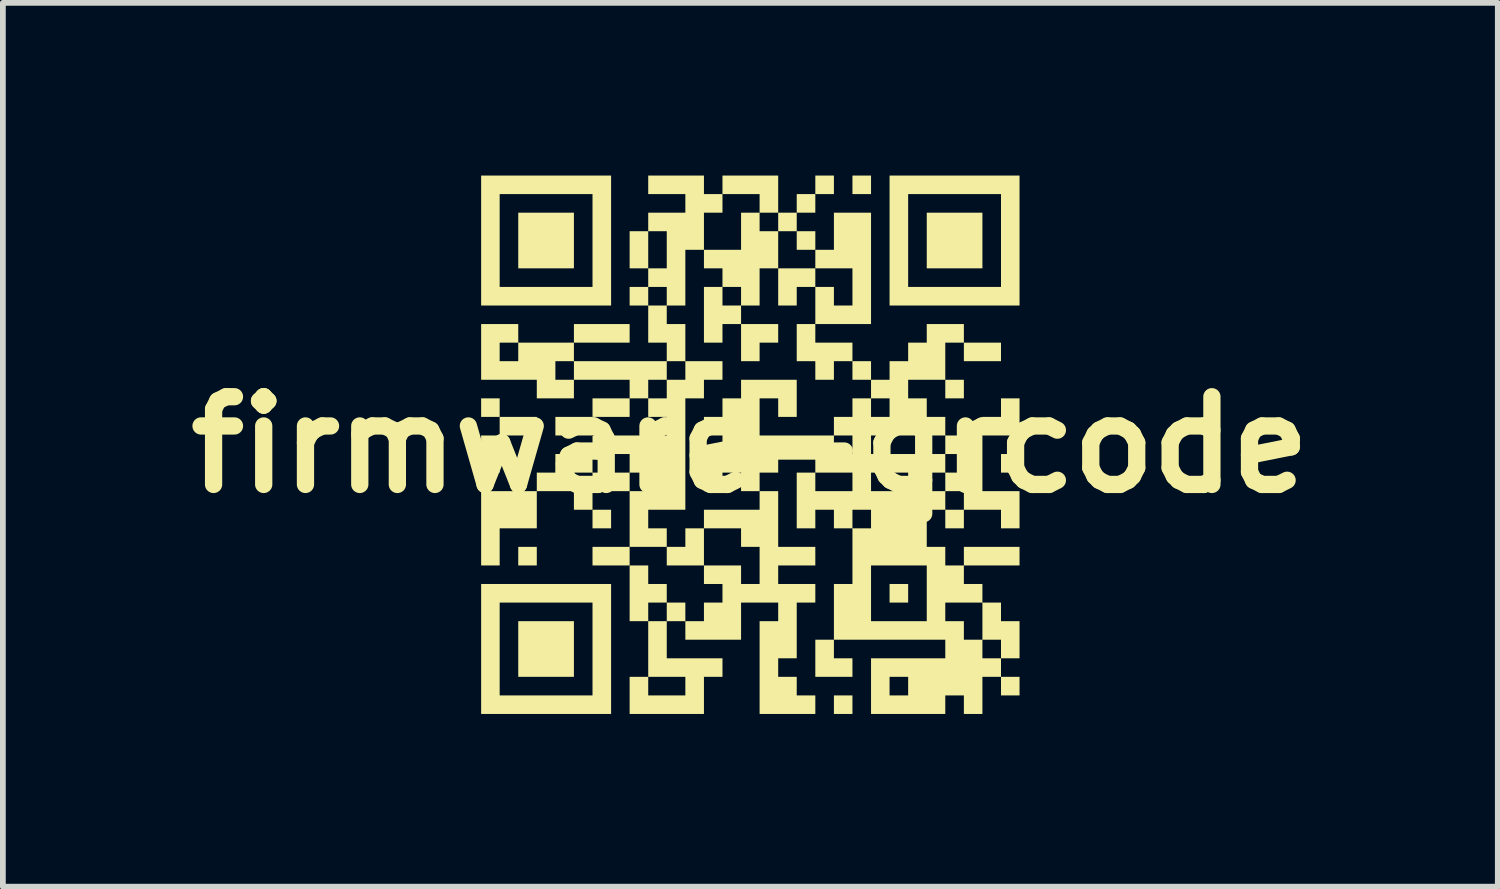
<source format=kicad_pcb>
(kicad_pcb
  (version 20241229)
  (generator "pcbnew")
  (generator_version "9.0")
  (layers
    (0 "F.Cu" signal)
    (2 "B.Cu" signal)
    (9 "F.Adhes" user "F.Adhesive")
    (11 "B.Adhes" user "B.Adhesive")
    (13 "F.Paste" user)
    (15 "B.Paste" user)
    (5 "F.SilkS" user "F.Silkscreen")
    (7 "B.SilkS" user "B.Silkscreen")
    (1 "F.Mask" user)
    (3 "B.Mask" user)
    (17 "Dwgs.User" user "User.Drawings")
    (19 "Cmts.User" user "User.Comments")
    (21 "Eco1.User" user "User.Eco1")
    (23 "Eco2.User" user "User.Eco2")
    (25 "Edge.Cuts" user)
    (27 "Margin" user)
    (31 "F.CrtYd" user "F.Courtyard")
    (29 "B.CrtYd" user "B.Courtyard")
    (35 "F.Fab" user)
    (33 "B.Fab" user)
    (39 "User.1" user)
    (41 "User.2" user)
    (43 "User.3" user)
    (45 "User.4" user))
  (footprint "firmware-qrcode"
    (layer "F.Cu")
    (at 9.986 4.677)
    (property "Reference" "firmware-qrcode" (at 0 0 0) (layer "F.SilkS") (effects (font (size 1.524 1.524) (thickness 0.3))))
    (attr board_only exclude_from_pos_files exclude_from_bom)
    (fp_poly (pts (xy -4.355 -0.484) (xy -4.677 -0.484) (xy -4.677 -0.806) (xy -4.355 -0.806)) (stroke (width 0) (type solid)) (fill yes) (layer "F.SilkS"))
    (fp_poly (pts (xy -4.355 0.484) (xy -4.677 0.484) (xy -4.677 -0.161) (xy -4.355 -0.161)) (stroke (width 0) (type solid)) (fill yes) (layer "F.SilkS"))
    (fp_poly (pts (xy -3.71 -0.161) (xy -4.355 -0.161) (xy -4.355 -0.484) (xy -3.71 -0.484)) (stroke (width 0) (type solid)) (fill yes) (layer "F.SilkS"))
    (fp_poly (pts (xy -3.71 2.097) (xy -4.032 2.097) (xy -4.032 1.774) (xy -3.71 1.774)) (stroke (width 0) (type solid)) (fill yes) (layer "F.SilkS"))
    (fp_poly (pts (xy -3.065 -3.065) (xy -4.032 -3.065) (xy -4.032 -4.032) (xy -3.065 -4.032)) (stroke (width 0) (type solid)) (fill yes) (layer "F.SilkS"))
    (fp_poly (pts (xy -3.065 4.032) (xy -4.032 4.032) (xy -4.032 3.065) (xy -3.065 3.065)) (stroke (width 0) (type solid)) (fill yes) (layer "F.SilkS"))
    (fp_poly (pts (xy -2.419 1.452) (xy -2.742 1.452) (xy -2.742 1.129) (xy -2.419 1.129)) (stroke (width 0) (type solid)) (fill yes) (layer "F.SilkS"))
    (fp_poly (pts (xy -2.097 -1.774) (xy -3.065 -1.774) (xy -3.065 -2.097) (xy -2.097 -2.097)) (stroke (width 0) (type solid)) (fill yes) (layer "F.SilkS"))
    (fp_poly (pts (xy -2.097 2.097) (xy -2.742 2.097) (xy -2.742 1.774) (xy -2.097 1.774)) (stroke (width 0) (type solid)) (fill yes) (layer "F.SilkS"))
    (fp_poly (pts (xy -1.129 3.065) (xy -1.452 3.065) (xy -1.452 2.742) (xy -1.129 2.742)) (stroke (width 0) (type solid)) (fill yes) (layer "F.SilkS"))
    (fp_poly (pts (xy 0.806 -3.71) (xy 0.484 -3.71) (xy 0.484 -4.032) (xy 0.806 -4.032)) (stroke (width 0) (type solid)) (fill yes) (layer "F.SilkS"))
    (fp_poly (pts (xy 1.129 -4.032) (xy 0.806 -4.032) (xy 0.806 -4.355) (xy 1.129 -4.355)) (stroke (width 0) (type solid)) (fill yes) (layer "F.SilkS"))
    (fp_poly (pts (xy 1.129 -3.387) (xy 0.806 -3.387) (xy 0.806 -3.71) (xy 1.129 -3.71)) (stroke (width 0) (type solid)) (fill yes) (layer "F.SilkS"))
    (fp_poly (pts (xy 1.452 -4.355) (xy 1.129 -4.355) (xy 1.129 -4.677) (xy 1.452 -4.677)) (stroke (width 0) (type solid)) (fill yes) (layer "F.SilkS"))
    (fp_poly (pts (xy 1.774 4.677) (xy 1.452 4.677) (xy 1.452 4.355) (xy 1.774 4.355)) (stroke (width 0) (type solid)) (fill yes) (layer "F.SilkS"))
    (fp_poly (pts (xy 2.097 -4.355) (xy 1.774 -4.355) (xy 1.774 -4.677) (xy 2.097 -4.677)) (stroke (width 0) (type solid)) (fill yes) (layer "F.SilkS"))
    (fp_poly (pts (xy 2.097 -1.129) (xy 1.774 -1.129) (xy 1.774 -1.452) (xy 2.097 -1.452)) (stroke (width 0) (type solid)) (fill yes) (layer "F.SilkS"))
    (fp_poly (pts (xy 2.742 2.742) (xy 2.419 2.742) (xy 2.419 2.419) (xy 2.742 2.419)) (stroke (width 0) (type solid)) (fill yes) (layer "F.SilkS"))
    (fp_poly (pts (xy 3.71 -0.806) (xy 3.387 -0.806) (xy 3.387 -1.129) (xy 3.71 -1.129)) (stroke (width 0) (type solid)) (fill yes) (layer "F.SilkS"))
    (fp_poly (pts (xy 4.032 -3.065) (xy 3.065 -3.065) (xy 3.065 -4.032) (xy 4.032 -4.032)) (stroke (width 0) (type solid)) (fill yes) (layer "F.SilkS"))
    (fp_poly (pts (xy 4.355 -1.452) (xy 3.71 -1.452) (xy 3.71 -1.774) (xy 4.355 -1.774)) (stroke (width 0) (type solid)) (fill yes) (layer "F.SilkS"))
    (fp_poly (pts (xy 4.677 0.484) (xy 4.355 0.484) (xy 4.355 0.161) (xy 4.677 0.161)) (stroke (width 0) (type solid)) (fill yes) (layer "F.SilkS"))
    (fp_poly (pts (xy 4.677 2.097) (xy 3.71 2.097) (xy 3.71 1.774) (xy 4.677 1.774)) (stroke (width 0) (type solid)) (fill yes) (layer "F.SilkS"))
    (fp_poly (pts (xy 4.677 4.355) (xy 4.355 4.355) (xy 4.355 4.032) (xy 4.677 4.032)) (stroke (width 0) (type solid)) (fill yes) (layer "F.SilkS"))
    (fp_poly (pts (xy -3.71 1.452) (xy -4.355 1.452) (xy -4.355 2.097) (xy -4.677 2.097) (xy -4.677 0.806) (xy -3.71 0.806)) (stroke (width 0) (type solid)) (fill yes) (layer "F.SilkS"))
    (fp_poly (pts (xy -0.806 2.097) (xy -1.452 2.097) (xy -1.452 1.774) (xy -1.129 1.774) (xy -1.129 1.452) (xy -0.806 1.452)) (stroke (width 0) (type solid)) (fill yes) (layer "F.SilkS"))
    (fp_poly (pts (xy 0.484 -4.032) (xy 0.161 -4.032) (xy 0.161 -4.355) (xy -0.484 -4.355) (xy -0.484 -4.677) (xy 0.484 -4.677)) (stroke (width 0) (type solid)) (fill yes) (layer "F.SilkS"))
    (fp_poly (pts (xy 0.484 -1.774) (xy 0.161 -1.774) (xy 0.161 -1.452) (xy -0.161 -1.452) (xy -0.161 -2.097) (xy 0.484 -2.097)) (stroke (width 0) (type solid)) (fill yes) (layer "F.SilkS"))
    (fp_poly (pts (xy 1.129 -2.742) (xy 0.806 -2.742) (xy 0.806 -2.419) (xy 0.484 -2.419) (xy 0.484 -3.065) (xy 1.129 -3.065)) (stroke (width 0) (type solid)) (fill yes) (layer "F.SilkS"))
    (fp_poly (pts (xy 1.452 3.71) (xy 1.774 3.71) (xy 1.774 4.032) (xy 1.129 4.032) (xy 1.129 3.387) (xy 1.452 3.387)) (stroke (width 0) (type solid)) (fill yes) (layer "F.SilkS"))
    (fp_poly (pts (xy 4.677 -0.161) (xy 4.032 -0.161) (xy 4.032 -0.484) (xy 4.355 -0.484) (xy 4.355 -0.806) (xy 4.677 -0.806)) (stroke (width 0) (type solid)) (fill yes) (layer "F.SilkS"))
    (fp_poly (pts (xy -1.774 2.419) (xy -1.452 2.419) (xy -1.452 2.742) (xy -1.774 2.742) (xy -1.774 3.065) (xy -2.097 3.065) (xy -2.097 2.097) (xy -1.774 2.097)) (stroke (width 0) (type solid)) (fill yes) (layer "F.SilkS"))
    (fp_poly (pts (xy 1.129 -1.774) (xy 1.774 -1.774) (xy 1.774 -1.452) (xy 1.452 -1.452) (xy 1.452 -1.129) (xy 1.129 -1.129) (xy 1.129 -1.452) (xy 0.806 -1.452) (xy 0.806 -2.097) (xy 1.129 -2.097)) (stroke (width 0) (type solid)) (fill yes) (layer "F.SilkS"))
    (fp_poly (pts (xy -2.419 -2.419) (xy -4.677 -2.419) (xy -4.677 -2.742) (xy -4.355 -2.742) (xy -2.742 -2.742) (xy -2.742 -4.355) (xy -4.355 -4.355) (xy -4.355 -2.742) (xy -4.677 -2.742) (xy -4.677 -4.677) (xy -2.419 -4.677)) (stroke (width 0) (type solid)) (fill yes) (layer "F.SilkS"))
    (fp_poly (pts (xy -2.419 4.677) (xy -4.677 4.677) (xy -4.677 4.355) (xy -4.355 4.355) (xy -2.742 4.355) (xy -2.742 2.742) (xy -4.355 2.742) (xy -4.355 4.355) (xy -4.677 4.355) (xy -4.677 2.419) (xy -2.419 2.419)) (stroke (width 0) (type solid)) (fill yes) (layer "F.SilkS"))
    (fp_poly (pts (xy 4.677 -2.419) (xy 2.419 -2.419) (xy 2.419 -2.742) (xy 2.742 -2.742) (xy 4.355 -2.742) (xy 4.355 -4.355) (xy 2.742 -4.355) (xy 2.742 -2.742) (xy 2.419 -2.742) (xy 2.419 -4.677) (xy 4.677 -4.677)) (stroke (width 0) (type solid)) (fill yes) (layer "F.SilkS"))
    (fp_poly (pts (xy 2.097 -2.097) (xy 1.129 -2.097) (xy 1.129 -2.742) (xy 1.452 -2.742) (xy 1.452 -2.419) (xy 1.774 -2.419) (xy 1.774 -3.065) (xy 1.129 -3.065) (xy 1.129 -3.387) (xy 1.452 -3.387) (xy 1.452 -4.032) (xy 2.097 -4.032)) (stroke (width 0) (type solid)) (fill yes) (layer "F.SilkS"))
    (fp_poly (pts (xy -1.452 3.71) (xy -0.484 3.71) (xy -0.484 4.032) (xy -0.806 4.032) (xy -0.806 4.677) (xy -2.097 4.677) (xy -2.097 4.355) (xy -1.774 4.355) (xy -1.129 4.355) (xy -1.129 4.032) (xy -1.774 4.032) (xy -1.774 4.355) (xy -2.097 4.355) (xy -2.097 4.032) (xy -1.774 4.032) (xy -1.774 3.065) (xy -1.452 3.065)) (stroke (width 0) (type solid)) (fill yes) (layer "F.SilkS"))
    (fp_poly (pts (xy 0.161 -3.71) (xy 0.484 -3.71) (xy 0.484 -3.065) (xy 0.161 -3.065) (xy 0.161 -2.419) (xy -0.161 -2.419) (xy -0.161 -2.097) (xy -0.484 -2.097) (xy -0.484 -1.774) (xy -0.806 -1.774) (xy -0.806 -2.419) (xy -0.484 -2.419) (xy -0.161 -2.419) (xy -0.161 -2.742) (xy -0.484 -2.742) (xy -0.484 -2.419) (xy -0.806 -2.419) (xy -0.806 -2.742) (xy -0.484 -2.742) (xy -0.484 -3.065) (xy -0.806 -3.065) (xy -0.806 -3.387) (xy -0.161 -3.387) (xy -0.161 -4.032) (xy 0.161 -4.032)) (stroke (width 0) (type solid)) (fill yes) (layer "F.SilkS"))
    (fp_poly (pts (xy 0.484 1.774) (xy 1.129 1.774) (xy 1.129 2.097) (xy 0.484 2.097) (xy 0.484 2.419) (xy 1.129 2.419) (xy 1.129 2.742) (xy 0.806 2.742) (xy 0.806 3.71) (xy 0.484 3.71) (xy 0.484 4.032) (xy 0.806 4.032) (xy 0.806 4.355) (xy 1.129 4.355) (xy 1.129 4.677) (xy 0.161 4.677) (xy 0.161 3.065) (xy 0.484 3.065) (xy 0.484 2.742) (xy -0.161 2.742) (xy -0.161 3.387) (xy -1.129 3.387) (xy -1.129 3.065) (xy -0.806 3.065) (xy -0.806 2.742) (xy -0.484 2.742) (xy -0.484 2.419) (xy -0.806 2.419) (xy -0.806 2.097) (xy -0.161 2.097) (xy -0.161 2.419) (xy 0.161 2.419) (xy 0.161 1.774) (xy -0.161 1.774) (xy -0.161 1.452) (xy -0.806 1.452) (xy -0.806 1.129) (xy 0.161 1.129) (xy 0.161 0.806) (xy 0.484 0.806)) (stroke (width 0) (type solid)) (fill yes) (layer "F.SilkS"))
    (fp_poly (pts (xy -3.71 0.484) (xy -3.387 0.484) (xy -3.387 0.161) (xy -2.742 0.161) (xy -2.742 -0.161) (xy -1.452 -0.161) (xy -1.452 -0.484) (xy -1.774 -0.484) (xy -1.774 -0.806) (xy -1.452 -0.806) (xy -1.452 -1.129) (xy -1.129 -1.129) (xy -1.129 -1.452) (xy -1.452 -1.452) (xy -1.452 -1.129) (xy -1.774 -1.129) (xy -1.774 -0.806) (xy -2.097 -0.806) (xy -2.097 -0.484) (xy -2.742 -0.484) (xy -2.742 -0.161) (xy -3.387 -0.161) (xy -3.387 -0.484) (xy -2.742 -0.484) (xy -2.742 -0.806) (xy -2.097 -0.806) (xy -2.097 -1.129) (xy -3.065 -1.129) (xy -3.065 -0.806) (xy -3.71 -0.806) (xy -3.71 -1.129) (xy -3.387 -1.129) (xy -3.065 -1.129) (xy -3.065 -1.452) (xy -3.387 -1.452) (xy -3.387 -1.129) (xy -3.71 -1.129) (xy -4.677 -1.129) (xy -4.677 -1.452) (xy -4.355 -1.452) (xy -4.032 -1.452) (xy -4.032 -1.774) (xy -4.355 -1.774) (xy -4.355 -1.452) (xy -4.677 -1.452) (xy -4.677 -2.097) (xy -4.032 -2.097) (xy -4.032 -1.774) (xy -3.065 -1.774) (xy -3.065 -1.452) (xy -1.452 -1.452) (xy -1.452 -1.774) (xy -1.774 -1.774) (xy -1.774 -2.419) (xy -1.452 -2.419) (xy -1.452 -2.742) (xy -1.774 -2.742) (xy -1.774 -2.419) (xy -2.097 -2.419) (xy -2.097 -2.742) (xy -1.774 -2.742) (xy -1.774 -3.065) (xy -1.452 -3.065) (xy -1.452 -3.71) (xy -1.774 -3.71) (xy -1.774 -3.065) (xy -2.097 -3.065) (xy -2.097 -3.71) (xy -1.774 -3.71) (xy -1.774 -4.032) (xy -1.129 -4.032) (xy -1.129 -4.355) (xy -1.774 -4.355) (xy -1.774 -4.677) (xy -0.806 -4.677) (xy -0.806 -4.355) (xy -0.484 -4.355) (xy -0.484 -4.032) (xy -0.806 -4.032) (xy -0.806 -3.387) (xy -1.129 -3.387) (xy -1.129 -2.419) (xy -1.452 -2.419) (xy -1.452 -2.097) (xy -1.129 -2.097) (xy -1.129 -1.452) (xy -0.484 -1.452) (xy -0.484 -1.129) (xy -0.806 -1.129) (xy -0.806 -0.806) (xy -1.129 -0.806) (xy -1.129 1.129) (xy -1.774 1.129) (xy -1.774 1.452) (xy -1.452 1.452) (xy -1.452 1.774) (xy -2.097 1.774) (xy -2.097 0.806) (xy -1.774 0.806) (xy -1.774 0.484) (xy -2.097 0.484) (xy -2.097 0.806) (xy -2.742 0.806) (xy -2.742 1.129) (xy -3.065 1.129) (xy -3.065 0.806) (xy -2.742 0.806) (xy -2.742 0.484) (xy -2.097 0.484) (xy -2.097 0.161) (xy -2.742 0.161) (xy -2.742 0.484) (xy -3.065 0.484) (xy -3.065 0.806) (xy -3.71 0.806)) (stroke (width 0) (type solid)) (fill yes) (layer "F.SilkS"))
    (fp_poly (pts (xy 4.355 2.742) (xy 4.355 3.065) (xy 4.677 3.065) (xy 4.677 3.71) (xy 4.355 3.71) (xy 4.355 4.032) (xy 4.032 4.032) (xy 4.032 4.677) (xy 3.71 4.677) (xy 3.71 4.355) (xy 3.387 4.355) (xy 3.387 4.677) (xy 2.097 4.677) (xy 2.097 4.355) (xy 2.419 4.355) (xy 2.742 4.355) (xy 2.742 4.032) (xy 2.419 4.032) (xy 2.419 4.355) (xy 2.097 4.355) (xy 2.097 3.71) (xy 3.387 3.71) (xy 4.032 3.71) (xy 4.355 3.71) (xy 4.355 3.387) (xy 4.032 3.387) (xy 4.032 3.71) (xy 3.387 3.71) (xy 3.387 3.387) (xy 1.452 3.387) (xy 1.452 3.065) (xy 2.097 3.065) (xy 3.065 3.065) (xy 3.387 3.065) (xy 3.71 3.065) (xy 3.71 3.387) (xy 4.032 3.387) (xy 4.032 2.742) (xy 3.387 2.742) (xy 3.387 3.065) (xy 3.065 3.065) (xy 3.065 2.097) (xy 2.097 2.097) (xy 2.097 3.065) (xy 1.452 3.065) (xy 1.452 2.419) (xy 1.774 2.419) (xy 1.774 1.452) (xy 2.097 1.452) (xy 2.097 1.129) (xy 1.774 1.129) (xy 1.774 1.452) (xy 1.452 1.452) (xy 1.452 1.129) (xy 1.129 1.129) (xy 1.129 1.452) (xy 0.806 1.452) (xy 0.806 0.806) (xy 1.129 0.806) (xy 1.774 0.806) (xy 2.097 0.806) (xy 2.742 0.806) (xy 3.065 0.806) (xy 3.387 0.806) (xy 3.387 0.484) (xy 3.71 0.484) (xy 3.71 0.161) (xy 3.387 0.161) (xy 3.387 0.484) (xy 3.065 0.484) (xy 3.065 0.806) (xy 2.742 0.806) (xy 2.742 0.484) (xy 2.097 0.484) (xy 2.097 0.806) (xy 1.774 0.806) (xy 1.774 0.484) (xy 1.129 0.484) (xy 1.129 0.806) (xy 0.806 0.806) (xy 0.806 0.484) (xy 1.129 0.484) (xy 1.129 0.161) (xy 1.452 0.161) (xy 1.774 0.161) (xy 2.097 0.161) (xy 3.387 0.161) (xy 3.387 -0.161) (xy 2.097 -0.161) (xy 2.097 0.161) (xy 1.774 0.161) (xy 1.774 -0.161) (xy 1.452 -0.161) (xy 1.452 0.161) (xy 1.129 0.161) (xy 0.484 0.161) (xy 0.484 0.484) (xy 0.161 0.484) (xy 0.161 0.806) (xy -0.161 0.806) (xy -0.161 0.484) (xy -0.484 0.484) (xy -0.484 0.806) (xy -0.806 0.806) (xy -0.806 0.161) (xy -0.484 0.161) (xy -0.484 -0.161) (xy -0.806 -0.161) (xy -0.806 -0.484) (xy -0.484 -0.484) (xy -0.484 -0.806) (xy -0.161 -0.806) (xy -0.161 -1.129) (xy 0.806 -1.129) (xy 0.806 -0.484) (xy 0.484 -0.484) (xy 0.484 -0.806) (xy 0.161 -0.806) (xy 0.161 -0.161) (xy 1.452 -0.161) (xy 1.452 -0.484) (xy 1.774 -0.484) (xy 2.097 -0.484) (xy 2.419 -0.484) (xy 2.419 -0.806) (xy 2.097 -0.806) (xy 2.097 -0.484) (xy 1.774 -0.484) (xy 1.774 -0.806) (xy 2.097 -0.806) (xy 2.097 -1.129) (xy 2.419 -1.129) (xy 2.419 -1.452) (xy 2.742 -1.452) (xy 2.742 -1.774) (xy 3.065 -1.774) (xy 3.065 -2.097) (xy 3.71 -2.097) (xy 3.71 -1.774) (xy 3.387 -1.774) (xy 3.387 -1.129) (xy 2.742 -1.129) (xy 2.742 -0.806) (xy 3.065 -0.806) (xy 3.065 -0.484) (xy 3.387 -0.484) (xy 3.387 -0.161) (xy 4.032 -0.161) (xy 4.032 0.806) (xy 4.677 0.806) (xy 4.677 1.452) (xy 4.355 1.452) (xy 4.355 1.129) (xy 3.71 1.129) (xy 3.71 1.452) (xy 3.387 1.452) (xy 3.387 1.129) (xy 3.71 1.129) (xy 3.71 0.806) (xy 3.387 0.806) (xy 3.387 1.129) (xy 3.065 1.129) (xy 3.065 1.774) (xy 3.387 1.774) (xy 3.387 2.097) (xy 3.71 2.097) (xy 3.71 2.419) (xy 4.032 2.419) (xy 4.032 2.742)) (stroke (width 0) (type solid)) (fill yes) (layer "F.SilkS")))
  (gr_rect
    (start -3 -3)
    (end 22.972 12.355)
    (stroke (width 0.1) (type default))
    (fill no)
    (layer "Edge.Cuts")))
</source>
